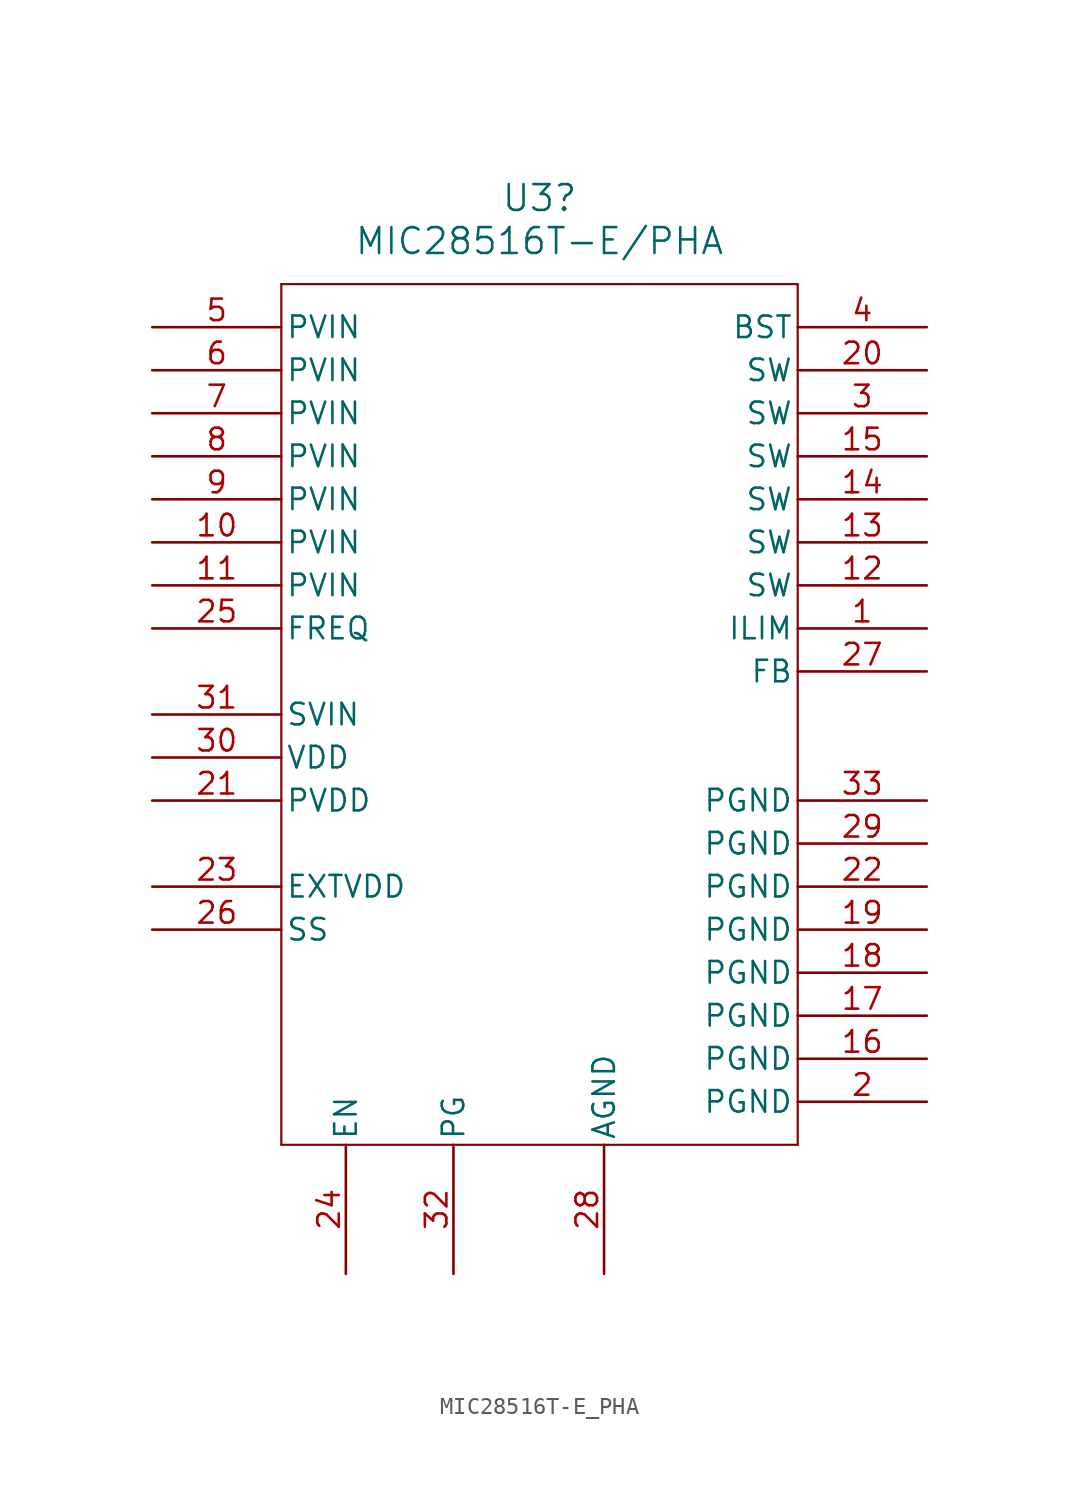
<source format=kicad_sym>
(kicad_symbol_lib
  (version 20231120)
  (generator "kicad_symbol_editor")
  (generator_version "8.0")
  (symbol "MIC28516T-E_PHA"
    (pin_names
      (offset 0.254))
    (property "Reference" "U3"
      (at 22.86 10.16 0)
      (effects (font (size 1.524 1.524))))
    (property "Value" "MIC28516T-E/PHA"
      (at 22.86 7.62 0)
      (effects (font (size 1.524 1.524))))
    (property "ki_locked" ""
      (at 0 0 0)
      (effects (font (size 1.27 1.27))))
    (symbol "MIC28516T-E_PHA_0_1"
      (polyline (pts (xy 7.62 -45.72) (xy 38.1 -45.72)) (stroke (width 0.127) (type default)) (fill (type none)))
      (polyline (pts (xy 7.62 5.08) (xy 7.62 -45.72)) (stroke (width 0.127) (type default)) (fill (type none)))
      (polyline (pts (xy 38.1 -45.72) (xy 38.1 5.08)) (stroke (width 0.127) (type default)) (fill (type none)))
      (polyline (pts (xy 38.1 5.08) (xy 7.62 5.08)) (stroke (width 0.127) (type default)) (fill (type none)))
      (pin input line (at 45.72 -15.24 180) (length 7.62) (name "ILIM" (effects (font (size 1.27 1.27)))) (number "1" (effects (font (size 1.27 1.27)))))
      (pin power_in line (at 0 -10.16 0) (length 7.62) (name "PVIN" (effects (font (size 1.27 1.27)))) (number "10" (effects (font (size 1.27 1.27)))))
      (pin power_in line (at 0 -12.7 0) (length 7.62) (name "PVIN" (effects (font (size 1.27 1.27)))) (number "11" (effects (font (size 1.27 1.27)))))
      (pin output line (at 45.72 -12.7 180) (length 7.62) (name "SW" (effects (font (size 1.27 1.27)))) (number "12" (effects (font (size 1.27 1.27)))))
      (pin output line (at 45.72 -10.16 180) (length 7.62) (name "SW" (effects (font (size 1.27 1.27)))) (number "13" (effects (font (size 1.27 1.27)))))
      (pin output line (at 45.72 -7.62 180) (length 7.62) (name "SW" (effects (font (size 1.27 1.27)))) (number "14" (effects (font (size 1.27 1.27)))))
      (pin output line (at 45.72 -5.08 180) (length 7.62) (name "SW" (effects (font (size 1.27 1.27)))) (number "15" (effects (font (size 1.27 1.27)))))
      (pin power_out line (at 45.72 -40.64 180) (length 7.62) (name "PGND" (effects (font (size 1.27 1.27)))) (number "16" (effects (font (size 1.27 1.27)))))
      (pin power_out line (at 45.72 -38.1 180) (length 7.62) (name "PGND" (effects (font (size 1.27 1.27)))) (number "17" (effects (font (size 1.27 1.27)))))
      (pin power_out line (at 45.72 -35.56 180) (length 7.62) (name "PGND" (effects (font (size 1.27 1.27)))) (number "18" (effects (font (size 1.27 1.27)))))
      (pin power_out line (at 45.72 -33.02 180) (length 7.62) (name "PGND" (effects (font (size 1.27 1.27)))) (number "19" (effects (font (size 1.27 1.27)))))
      (pin power_out line (at 45.72 -43.18 180) (length 7.62) (name "PGND" (effects (font (size 1.27 1.27)))) (number "2" (effects (font (size 1.27 1.27)))))
      (pin output line (at 45.72 0 180) (length 7.62) (name "SW" (effects (font (size 1.27 1.27)))) (number "20" (effects (font (size 1.27 1.27)))))
      (pin power_in line (at 0 -25.4 0) (length 7.62) (name "PVDD" (effects (font (size 1.27 1.27)))) (number "21" (effects (font (size 1.27 1.27)))))
      (pin power_out line (at 45.72 -30.48 180) (length 7.62) (name "PGND" (effects (font (size 1.27 1.27)))) (number "22" (effects (font (size 1.27 1.27)))))
      (pin power_in line (at 0 -30.48 0) (length 7.62) (name "EXTVDD" (effects (font (size 1.27 1.27)))) (number "23" (effects (font (size 1.27 1.27)))))
      (pin input line (at 11.43 -53.34 90) (length 7.62) (name "EN" (effects (font (size 1.27 1.27)))) (number "24" (effects (font (size 1.27 1.27)))))
      (pin input line (at 0 -15.24 0) (length 7.62) (name "FREQ" (effects (font (size 1.27 1.27)))) (number "25" (effects (font (size 1.27 1.27)))))
      (pin input line (at 0 -33.02 0) (length 7.62) (name "SS" (effects (font (size 1.27 1.27)))) (number "26" (effects (font (size 1.27 1.27)))))
      (pin input line (at 45.72 -17.78 180) (length 7.62) (name "FB" (effects (font (size 1.27 1.27)))) (number "27" (effects (font (size 1.27 1.27)))))
      (pin power_out line (at 26.67 -53.34 90) (length 7.62) (name "AGND" (effects (font (size 1.27 1.27)))) (number "28" (effects (font (size 1.27 1.27)))))
      (pin power_out line (at 45.72 -27.94 180) (length 7.62) (name "PGND" (effects (font (size 1.27 1.27)))) (number "29" (effects (font (size 1.27 1.27)))))
      (pin output line (at 45.72 -2.54 180) (length 7.62) (name "SW" (effects (font (size 1.27 1.27)))) (number "3" (effects (font (size 1.27 1.27)))))
      (pin power_in line (at 0 -22.86 0) (length 7.62) (name "VDD" (effects (font (size 1.27 1.27)))) (number "30" (effects (font (size 1.27 1.27)))))
      (pin power_in line (at 0 -20.32 0) (length 7.62) (name "SVIN" (effects (font (size 1.27 1.27)))) (number "31" (effects (font (size 1.27 1.27)))))
      (pin output line (at 17.78 -53.34 90) (length 7.62) (name "PG" (effects (font (size 1.27 1.27)))) (number "32" (effects (font (size 1.27 1.27)))))
      (pin power_out line (at 45.72 -25.4 180) (length 7.62) (name "PGND" (effects (font (size 1.27 1.27)))) (number "33" (effects (font (size 1.27 1.27)))))
      (pin output line (at 45.72 2.54 180) (length 7.62) (name "BST" (effects (font (size 1.27 1.27)))) (number "4" (effects (font (size 1.27 1.27)))))
      (pin power_in line (at 0 2.54 0) (length 7.62) (name "PVIN" (effects (font (size 1.27 1.27)))) (number "5" (effects (font (size 1.27 1.27)))))
      (pin power_in line (at 0 0 0) (length 7.62) (name "PVIN" (effects (font (size 1.27 1.27)))) (number "6" (effects (font (size 1.27 1.27)))))
      (pin power_in line (at 0 -2.54 0) (length 7.62) (name "PVIN" (effects (font (size 1.27 1.27)))) (number "7" (effects (font (size 1.27 1.27)))))
      (pin power_in line (at 0 -5.08 0) (length 7.62) (name "PVIN" (effects (font (size 1.27 1.27)))) (number "8" (effects (font (size 1.27 1.27)))))
      (pin power_in line (at 0 -7.62 0) (length 7.62) (name "PVIN" (effects (font (size 1.27 1.27)))) (number "9" (effects (font (size 1.27 1.27))))))))
</source>
